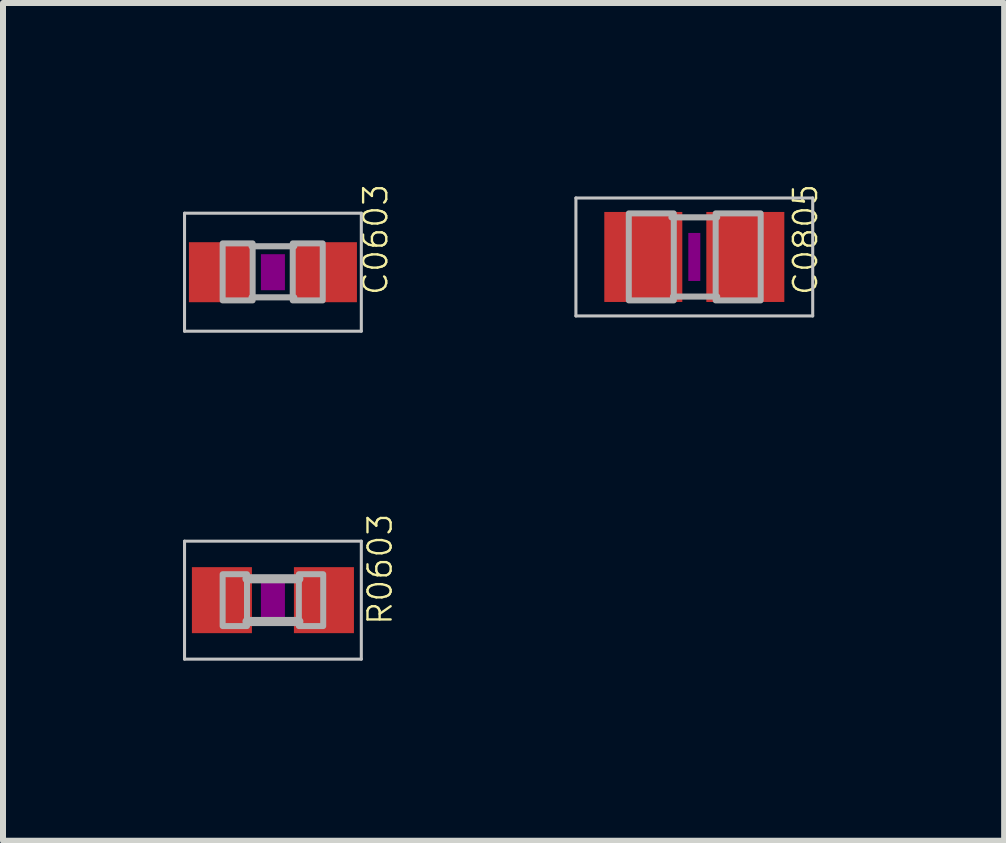
<source format=kicad_pcb>
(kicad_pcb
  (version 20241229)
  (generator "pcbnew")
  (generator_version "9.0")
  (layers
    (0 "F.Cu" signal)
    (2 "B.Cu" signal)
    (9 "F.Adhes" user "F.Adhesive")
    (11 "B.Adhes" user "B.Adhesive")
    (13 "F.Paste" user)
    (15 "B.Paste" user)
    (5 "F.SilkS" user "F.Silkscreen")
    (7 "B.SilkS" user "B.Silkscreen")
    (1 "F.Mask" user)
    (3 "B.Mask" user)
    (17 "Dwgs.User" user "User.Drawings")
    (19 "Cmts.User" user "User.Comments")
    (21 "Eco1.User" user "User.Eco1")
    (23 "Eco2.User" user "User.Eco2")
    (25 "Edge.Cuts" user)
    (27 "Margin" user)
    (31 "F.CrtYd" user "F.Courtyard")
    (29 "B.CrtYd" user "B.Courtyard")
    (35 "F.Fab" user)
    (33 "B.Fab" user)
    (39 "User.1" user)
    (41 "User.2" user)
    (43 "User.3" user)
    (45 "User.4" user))
  (footprint "C0603"
    (layer "F.Cu")
    (at 1.498 1.486)
    (property "Reference" "C0603" (at 1.938 0.409 90) (layer "F.SilkS") (effects (font (size 0.386 0.386) (thickness 0.039)) (justify left bottom)))
    (attr through_hole)
    (fp_poly (pts (xy -0.2 0.3) (xy 0.2 0.3) (xy 0.2 -0.3) (xy -0.2 -0.3)) (stroke (width 0) (type solid)) (fill yes) (layer "F.Adhes"))
    (fp_line (start -1.473 -0.983) (end 1.473 -0.983) (stroke (width 0.051) (type solid)) (layer "Dwgs.User"))
    (fp_line (start -1.473 0.983) (end -1.473 -0.983) (stroke (width 0.051) (type solid)) (layer "Dwgs.User"))
    (fp_line (start 1.473 -0.983) (end 1.473 0.983) (stroke (width 0.051) (type solid)) (layer "Dwgs.User"))
    (fp_line (start 1.473 0.983) (end -1.473 0.983) (stroke (width 0.051) (type solid)) (layer "Dwgs.User"))
    (fp_line (start -0.356 -0.432) (end 0.356 -0.432) (stroke (width 0.102) (type solid)) (layer "F.Fab"))
    (fp_line (start -0.356 0.419) (end 0.356 0.419) (stroke (width 0.102) (type solid)) (layer "F.Fab"))
    (fp_poly (pts (xy -0.838 0.47) (xy -0.338 0.47) (xy -0.338 -0.48) (xy -0.838 -0.48)) (stroke (width 0.1) (type solid)) (fill no) (layer "F.Fab"))
    (fp_poly (pts (xy 0.33 0.47) (xy 0.83 0.47) (xy 0.83 -0.48) (xy 0.33 -0.48)) (stroke (width 0.1) (type solid)) (fill no) (layer "F.Fab"))
    (pad "1" smd rect (at -0.85 0) (size 1.1 1) (layers "F.Cu" "F.Mask" "F.Paste"))
    (pad "2" smd rect (at 0.85 0) (size 1.1 1) (layers "F.Cu" "F.Mask" "F.Paste")))
  (footprint "C0805"
    (layer "F.Cu")
    (at 8.52 1.232)
    (property "Reference" "C0805" (at 2.078 0.663 90) (layer "F.SilkS") (effects (font (size 0.386 0.386) (thickness 0.039)) (justify left bottom)))
    (attr through_hole)
    (fp_poly (pts (xy -0.1 0.4) (xy 0.1 0.4) (xy 0.1 -0.4) (xy -0.1 -0.4)) (stroke (width 0) (type solid)) (fill yes) (layer "F.Adhes"))
    (fp_line (start -1.973 -0.983) (end 1.973 -0.983) (stroke (width 0.051) (type solid)) (layer "Dwgs.User"))
    (fp_line (start -1.973 0.983) (end -1.973 -0.983) (stroke (width 0.051) (type solid)) (layer "Dwgs.User"))
    (fp_line (start 1.973 -0.983) (end 1.973 0.983) (stroke (width 0.051) (type solid)) (layer "Dwgs.User"))
    (fp_line (start 1.973 0.983) (end -1.973 0.983) (stroke (width 0.051) (type solid)) (layer "Dwgs.User"))
    (fp_line (start -0.381 -0.66) (end 0.381 -0.66) (stroke (width 0.102) (type solid)) (layer "F.Fab"))
    (fp_line (start -0.356 0.66) (end 0.381 0.66) (stroke (width 0.102) (type solid)) (layer "F.Fab"))
    (fp_poly (pts (xy -1.092 0.724) (xy -0.342 0.724) (xy -0.342 -0.726) (xy -1.092 -0.726)) (stroke (width 0.1) (type solid)) (fill no) (layer "F.Fab"))
    (fp_poly (pts (xy 0.356 0.724) (xy 1.106 0.724) (xy 1.106 -0.726) (xy 0.356 -0.726)) (stroke (width 0.1) (type solid)) (fill no) (layer "F.Fab"))
    (pad "1" smd rect (at -0.85 0) (size 1.3 1.5) (layers "F.Cu" "F.Mask" "F.Paste"))
    (pad "2" smd rect (at 0.85 0) (size 1.3 1.5) (layers "F.Cu" "F.Mask" "F.Paste")))
  (footprint "R0603"
    (layer "F.Cu")
    (at 1.498 6.951)
    (property "Reference" "R0603" (at 2.011 0.439 90) (layer "F.SilkS") (effects (font (size 0.386 0.386) (thickness 0.039)) (justify left bottom)))
    (attr through_hole)
    (fp_poly (pts (xy -0.2 0.4) (xy 0.2 0.4) (xy 0.2 -0.4) (xy -0.2 -0.4)) (stroke (width 0) (type solid)) (fill yes) (layer "F.Adhes"))
    (fp_line (start -1.473 -0.983) (end 1.473 -0.983) (stroke (width 0.051) (type solid)) (layer "Dwgs.User"))
    (fp_line (start -1.473 0.983) (end -1.473 -0.983) (stroke (width 0.051) (type solid)) (layer "Dwgs.User"))
    (fp_line (start 1.473 -0.983) (end 1.473 0.983) (stroke (width 0.051) (type solid)) (layer "Dwgs.User"))
    (fp_line (start 1.473 0.983) (end -1.473 0.983) (stroke (width 0.051) (type solid)) (layer "Dwgs.User"))
    (fp_line (start -0.432 0.356) (end 0.432 0.356) (stroke (width 0.152) (type solid)) (layer "F.Fab"))
    (fp_line (start 0.432 -0.356) (end -0.432 -0.356) (stroke (width 0.152) (type solid)) (layer "F.Fab"))
    (fp_poly (pts (xy -0.838 0.432) (xy -0.432 0.432) (xy -0.432 -0.432) (xy -0.838 -0.432)) (stroke (width 0.1) (type solid)) (fill no) (layer "F.Fab"))
    (fp_poly (pts (xy 0.432 0.432) (xy 0.838 0.432) (xy 0.838 -0.432) (xy 0.432 -0.432)) (stroke (width 0.1) (type solid)) (fill no) (layer "F.Fab"))
    (pad "1" smd rect (at -0.85 0) (size 1 1.1) (layers "F.Cu" "F.Mask" "F.Paste"))
    (pad "2" smd rect (at 0.85 0) (size 1 1.1) (layers "F.Cu" "F.Mask" "F.Paste")))
  (gr_rect
    (start -3 -3)
    (end 13.683 10.96)
    (stroke (width 0.1) (type default))
    (fill no)
    (layer "Edge.Cuts")))
</source>
